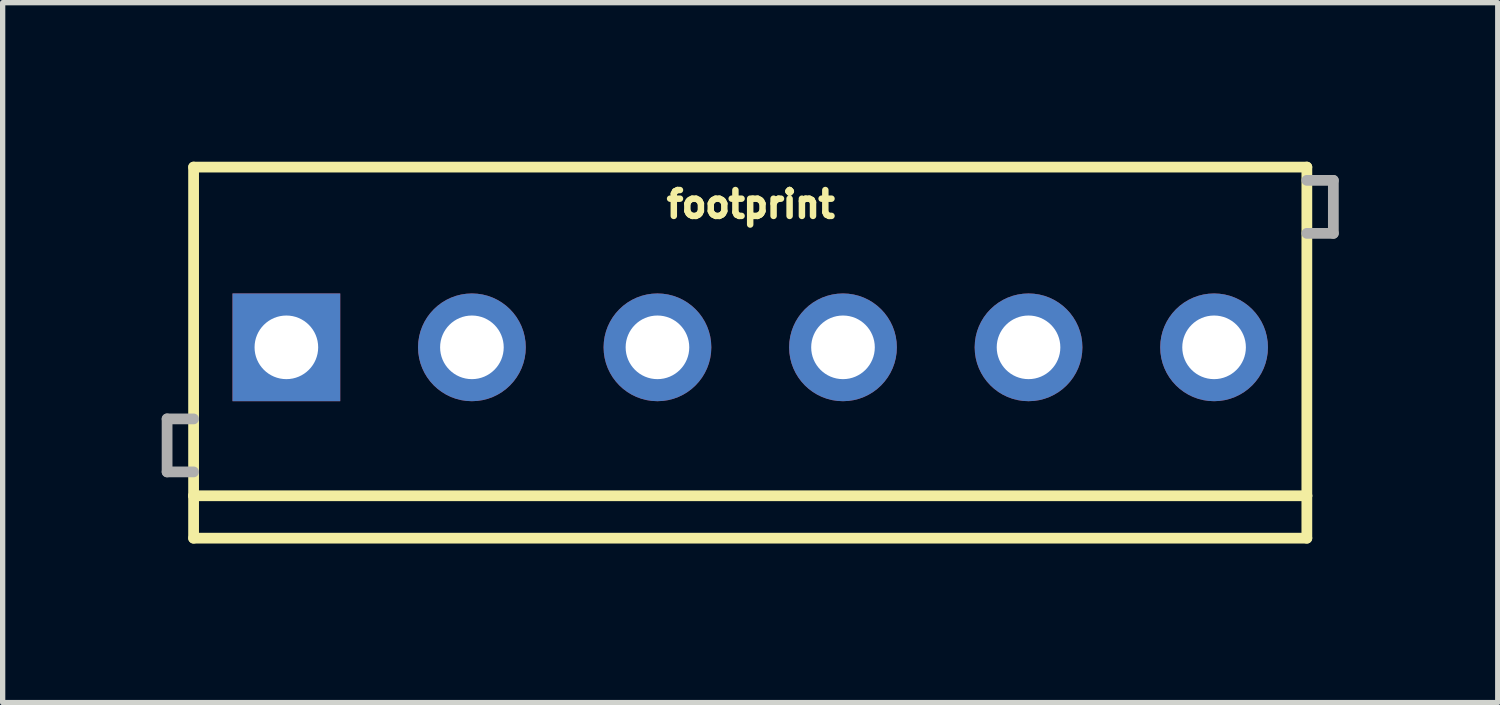
<source format=kicad_pcb>
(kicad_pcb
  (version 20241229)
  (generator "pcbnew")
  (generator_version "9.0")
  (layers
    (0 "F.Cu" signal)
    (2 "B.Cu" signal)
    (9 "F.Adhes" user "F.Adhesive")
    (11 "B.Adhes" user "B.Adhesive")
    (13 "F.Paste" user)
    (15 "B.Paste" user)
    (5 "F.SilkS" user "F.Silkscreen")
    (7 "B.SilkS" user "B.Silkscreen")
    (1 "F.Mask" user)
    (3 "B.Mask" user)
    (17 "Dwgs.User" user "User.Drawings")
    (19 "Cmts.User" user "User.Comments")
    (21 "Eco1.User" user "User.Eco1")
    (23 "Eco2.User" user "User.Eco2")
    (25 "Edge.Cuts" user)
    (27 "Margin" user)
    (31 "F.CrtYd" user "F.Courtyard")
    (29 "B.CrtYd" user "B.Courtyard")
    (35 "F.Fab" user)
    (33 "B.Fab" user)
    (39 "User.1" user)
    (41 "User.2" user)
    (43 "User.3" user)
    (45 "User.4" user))
  (footprint "footprint"
    (layer "F.Cu")
    (at 2.352 3.502)
    (property "Reference" "footprint" (at 7.112 -2.413 0) (layer "F.SilkS") (effects (font (size 0.488 0.488) (thickness 0.122)) (justify left bottom)))
    (fp_line (start -1.75 -3.4) (end 19.25 -3.4) (stroke (width 0.203) (type solid)) (layer "F.SilkS"))
    (fp_line (start -1.75 2.8) (end -1.75 -3.4) (stroke (width 0.203) (type solid)) (layer "F.SilkS"))
    (fp_line (start -1.75 3.6) (end -1.75 2.8) (stroke (width 0.203) (type solid)) (layer "F.SilkS"))
    (fp_line (start 19.25 -3.4) (end 19.25 2.8) (stroke (width 0.203) (type solid)) (layer "F.SilkS"))
    (fp_line (start 19.25 2.8) (end -1.75 2.8) (stroke (width 0.203) (type solid)) (layer "F.SilkS"))
    (fp_line (start 19.25 2.8) (end 19.25 3.6) (stroke (width 0.203) (type solid)) (layer "F.SilkS"))
    (fp_line (start 19.25 3.6) (end -1.75 3.6) (stroke (width 0.203) (type solid)) (layer "F.SilkS"))
    (fp_line (start -2.25 1.35) (end -2.25 2.35) (stroke (width 0.203) (type solid)) (layer "F.Fab"))
    (fp_line (start -2.25 2.35) (end -1.75 2.35) (stroke (width 0.203) (type solid)) (layer "F.Fab"))
    (fp_line (start -1.75 1.35) (end -2.25 1.35) (stroke (width 0.203) (type solid)) (layer "F.Fab"))
    (fp_line (start 19.25 -3.15) (end 19.75 -3.15) (stroke (width 0.203) (type solid)) (layer "F.Fab"))
    (fp_line (start 19.75 -3.15) (end 19.75 -2.15) (stroke (width 0.203) (type solid)) (layer "F.Fab"))
    (fp_line (start 19.75 -2.15) (end 19.25 -2.15) (stroke (width 0.203) (type solid)) (layer "F.Fab"))
    (pad "1" thru_hole rect (at 0 0) (size 2.032 2.032) (drill 1.2) (layers "*.Cu" "*.Mask"))
    (pad "2" thru_hole circle (at 3.5 0) (size 2.032 2.032) (drill 1.2) (layers "*.Cu" "*.Mask"))
    (pad "3" thru_hole circle (at 7 0) (size 2.032 2.032) (drill 1.2) (layers "*.Cu" "*.Mask"))
    (pad "4" thru_hole circle (at 10.5 0) (size 2.032 2.032) (drill 1.2) (layers "*.Cu" "*.Mask"))
    (pad "5" thru_hole circle (at 14 0) (size 2.032 2.032) (drill 1.2) (layers "*.Cu" "*.Mask"))
    (pad "6" thru_hole circle (at 17.5 0) (size 2.032 2.032) (drill 1.2) (layers "*.Cu" "*.Mask")))
  (gr_rect
    (start -3 -3)
    (end 25.203 10.203)
    (stroke (width 0.1) (type default))
    (fill no)
    (layer "Edge.Cuts")))
</source>
